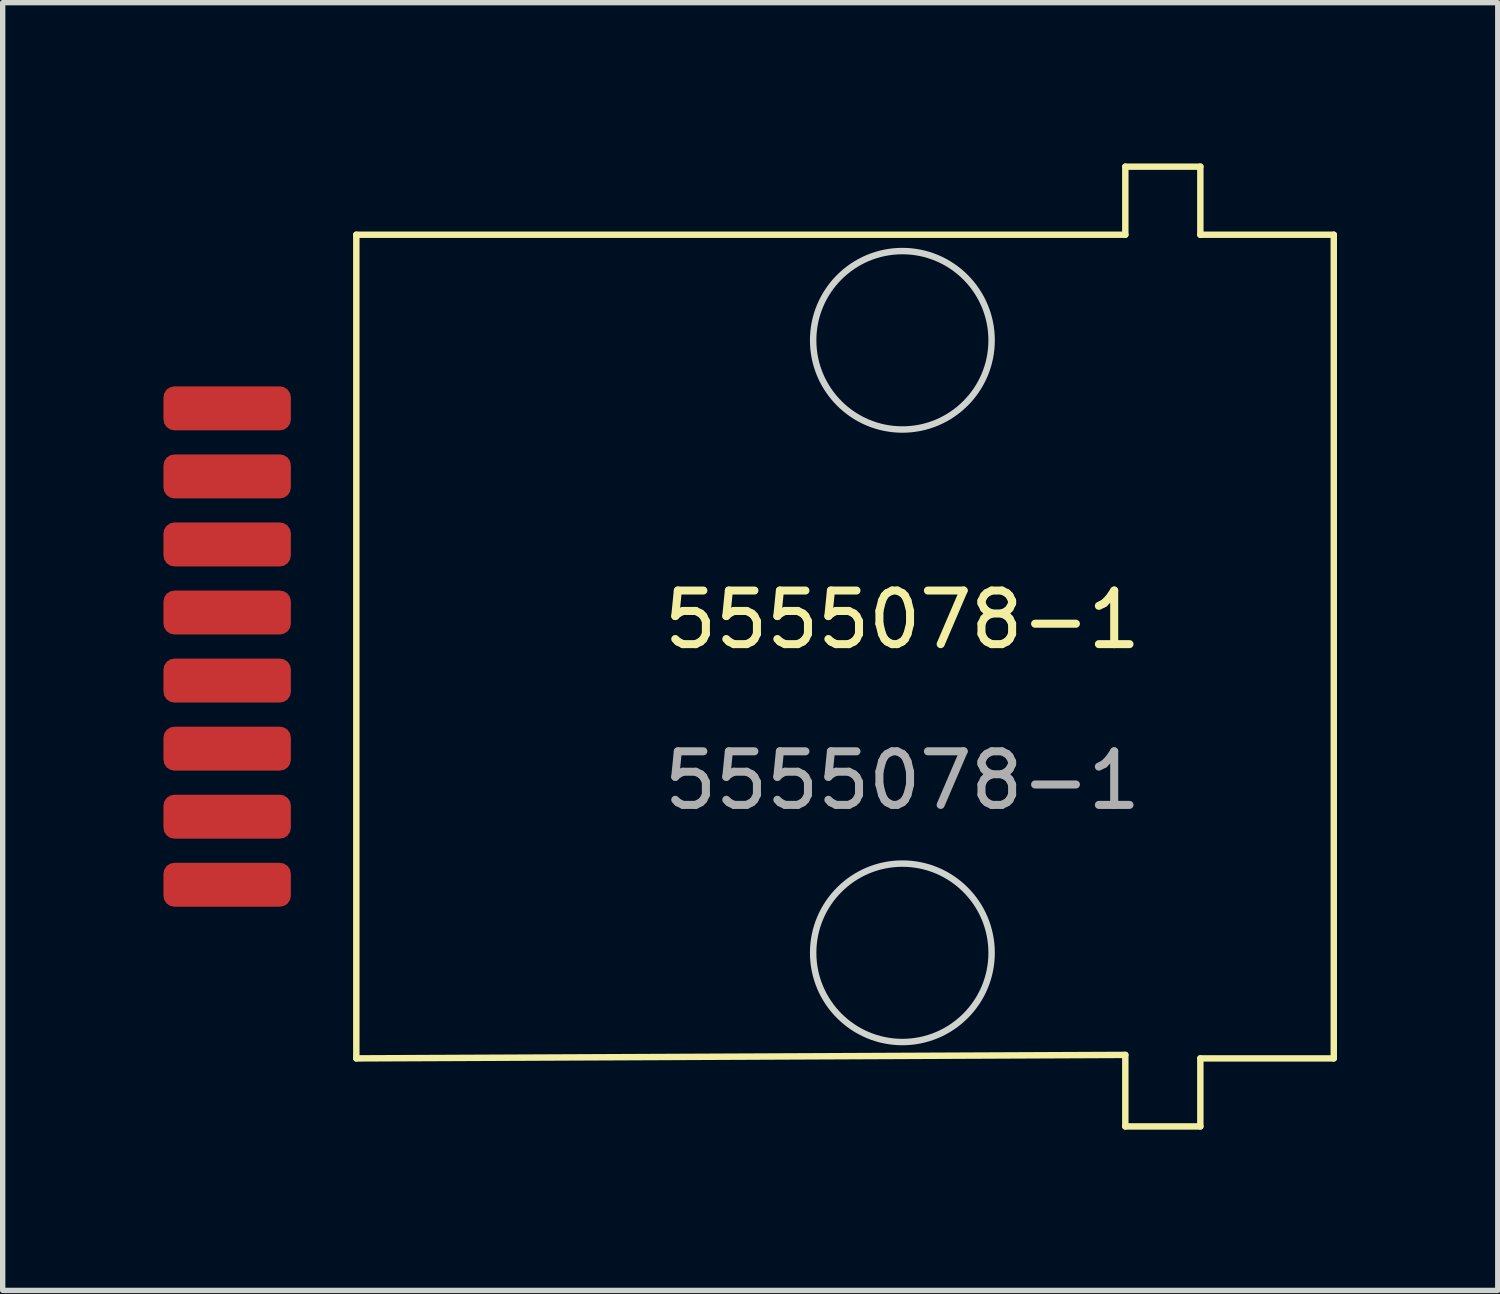
<source format=kicad_pcb>
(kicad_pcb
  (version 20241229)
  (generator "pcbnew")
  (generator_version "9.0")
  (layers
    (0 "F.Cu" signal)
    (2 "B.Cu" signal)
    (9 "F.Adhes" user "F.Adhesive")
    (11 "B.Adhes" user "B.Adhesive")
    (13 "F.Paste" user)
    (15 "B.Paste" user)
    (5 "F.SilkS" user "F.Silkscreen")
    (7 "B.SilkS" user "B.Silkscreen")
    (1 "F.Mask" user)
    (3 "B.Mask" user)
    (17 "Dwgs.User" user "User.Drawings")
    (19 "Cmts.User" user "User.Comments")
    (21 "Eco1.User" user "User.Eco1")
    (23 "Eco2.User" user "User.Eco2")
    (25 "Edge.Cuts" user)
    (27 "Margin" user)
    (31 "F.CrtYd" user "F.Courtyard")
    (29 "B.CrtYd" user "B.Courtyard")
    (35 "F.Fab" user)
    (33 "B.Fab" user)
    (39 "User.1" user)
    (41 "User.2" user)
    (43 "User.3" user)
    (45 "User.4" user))
  (footprint "5555078-1"
    (layer "F.Cu")
    (at 13.789 9.015)
    (property "Reference" "5555078-1" (at 0 -0.5 0) (unlocked yes) (layer "F.SilkS") (effects (font (size 1 1) (thickness 0.15))))
    (attr smd)
    (fp_line (start -10.19 -7.685) (end -10.19 7.685) (stroke (width 0.12) (type solid)) (layer "F.SilkS"))
    (fp_line (start -10.19 -7.685) (end 4.16 -7.685) (stroke (width 0.12) (type solid)) (layer "F.SilkS"))
    (fp_line (start -10.19 7.685) (end 4.16 7.62) (stroke (width 0.12) (type solid)) (layer "F.SilkS"))
    (fp_line (start 4.16 -8.955) (end 4.16 -7.685) (stroke (width 0.12) (type solid)) (layer "F.SilkS"))
    (fp_line (start 4.16 -8.955) (end 5.56 -8.955) (stroke (width 0.12) (type solid)) (layer "F.SilkS"))
    (fp_line (start 4.16 7.62) (end 4.16 8.955) (stroke (width 0.12) (type solid)) (layer "F.SilkS"))
    (fp_line (start 5.56 -8.955) (end 5.56 -7.685) (stroke (width 0.12) (type solid)) (layer "F.SilkS"))
    (fp_line (start 5.56 7.685) (end 5.56 8.955) (stroke (width 0.12) (type solid)) (layer "F.SilkS"))
    (fp_line (start 5.56 8.955) (end 4.16 8.955) (stroke (width 0.12) (type solid)) (layer "F.SilkS"))
    (fp_line (start 8.05 -7.685) (end 5.56 -7.685) (stroke (width 0.12) (type solid)) (layer "F.SilkS"))
    (fp_line (start 8.05 -7.685) (end 8.05 7.685) (stroke (width 0.12) (type solid)) (layer "F.SilkS"))
    (fp_line (start 8.05 7.685) (end 5.56 7.685) (stroke (width 0.12) (type solid)) (layer "F.SilkS"))
    (fp_circle (center 0 -5.715) (end 1.665 -5.715) (stroke (width 0.12) (type solid)) (fill no) (layer "Edge.Cuts"))
    (fp_circle (center 0 5.715) (end 1.665 5.715) (stroke (width 0.12) (type solid)) (fill no) (layer "Edge.Cuts"))
    (fp_text user "${REFERENCE}" (at 0 2.5 0) (unlocked yes) (layer "F.Fab") (effects (font (size 1 1) (thickness 0.15))))
    (pad "1" smd roundrect (at -12.6 4.445) (size 2.378 0.82) (layers "F.Cu" "F.Mask" "F.Paste") (roundrect_rratio 0.25))
    (pad "2" smd roundrect (at -12.6 3.175) (size 2.378 0.82) (layers "F.Cu" "F.Mask" "F.Paste") (roundrect_rratio 0.25))
    (pad "3" smd roundrect (at -12.6 1.905) (size 2.378 0.82) (layers "F.Cu" "F.Mask" "F.Paste") (roundrect_rratio 0.25))
    (pad "4" smd roundrect (at -12.6 0.635) (size 2.378 0.82) (layers "F.Cu" "F.Mask" "F.Paste") (roundrect_rratio 0.25))
    (pad "5" smd roundrect (at -12.6 -0.635) (size 2.378 0.82) (layers "F.Cu" "F.Mask" "F.Paste") (roundrect_rratio 0.25))
    (pad "6" smd roundrect (at -12.6 -1.905) (size 2.378 0.82) (layers "F.Cu" "F.Mask" "F.Paste") (roundrect_rratio 0.25))
    (pad "7" smd roundrect (at -12.6 -3.175) (size 2.378 0.82) (layers "F.Cu" "F.Mask" "F.Paste") (roundrect_rratio 0.25))
    (pad "8" smd roundrect (at -12.6 -4.445) (size 2.378 0.82) (layers "F.Cu" "F.Mask" "F.Paste") (roundrect_rratio 0.25)))
  (gr_rect
    (start -3 -3)
    (end 24.899 21.03)
    (stroke (width 0.1) (type default))
    (fill no)
    (layer "Edge.Cuts")))
</source>
